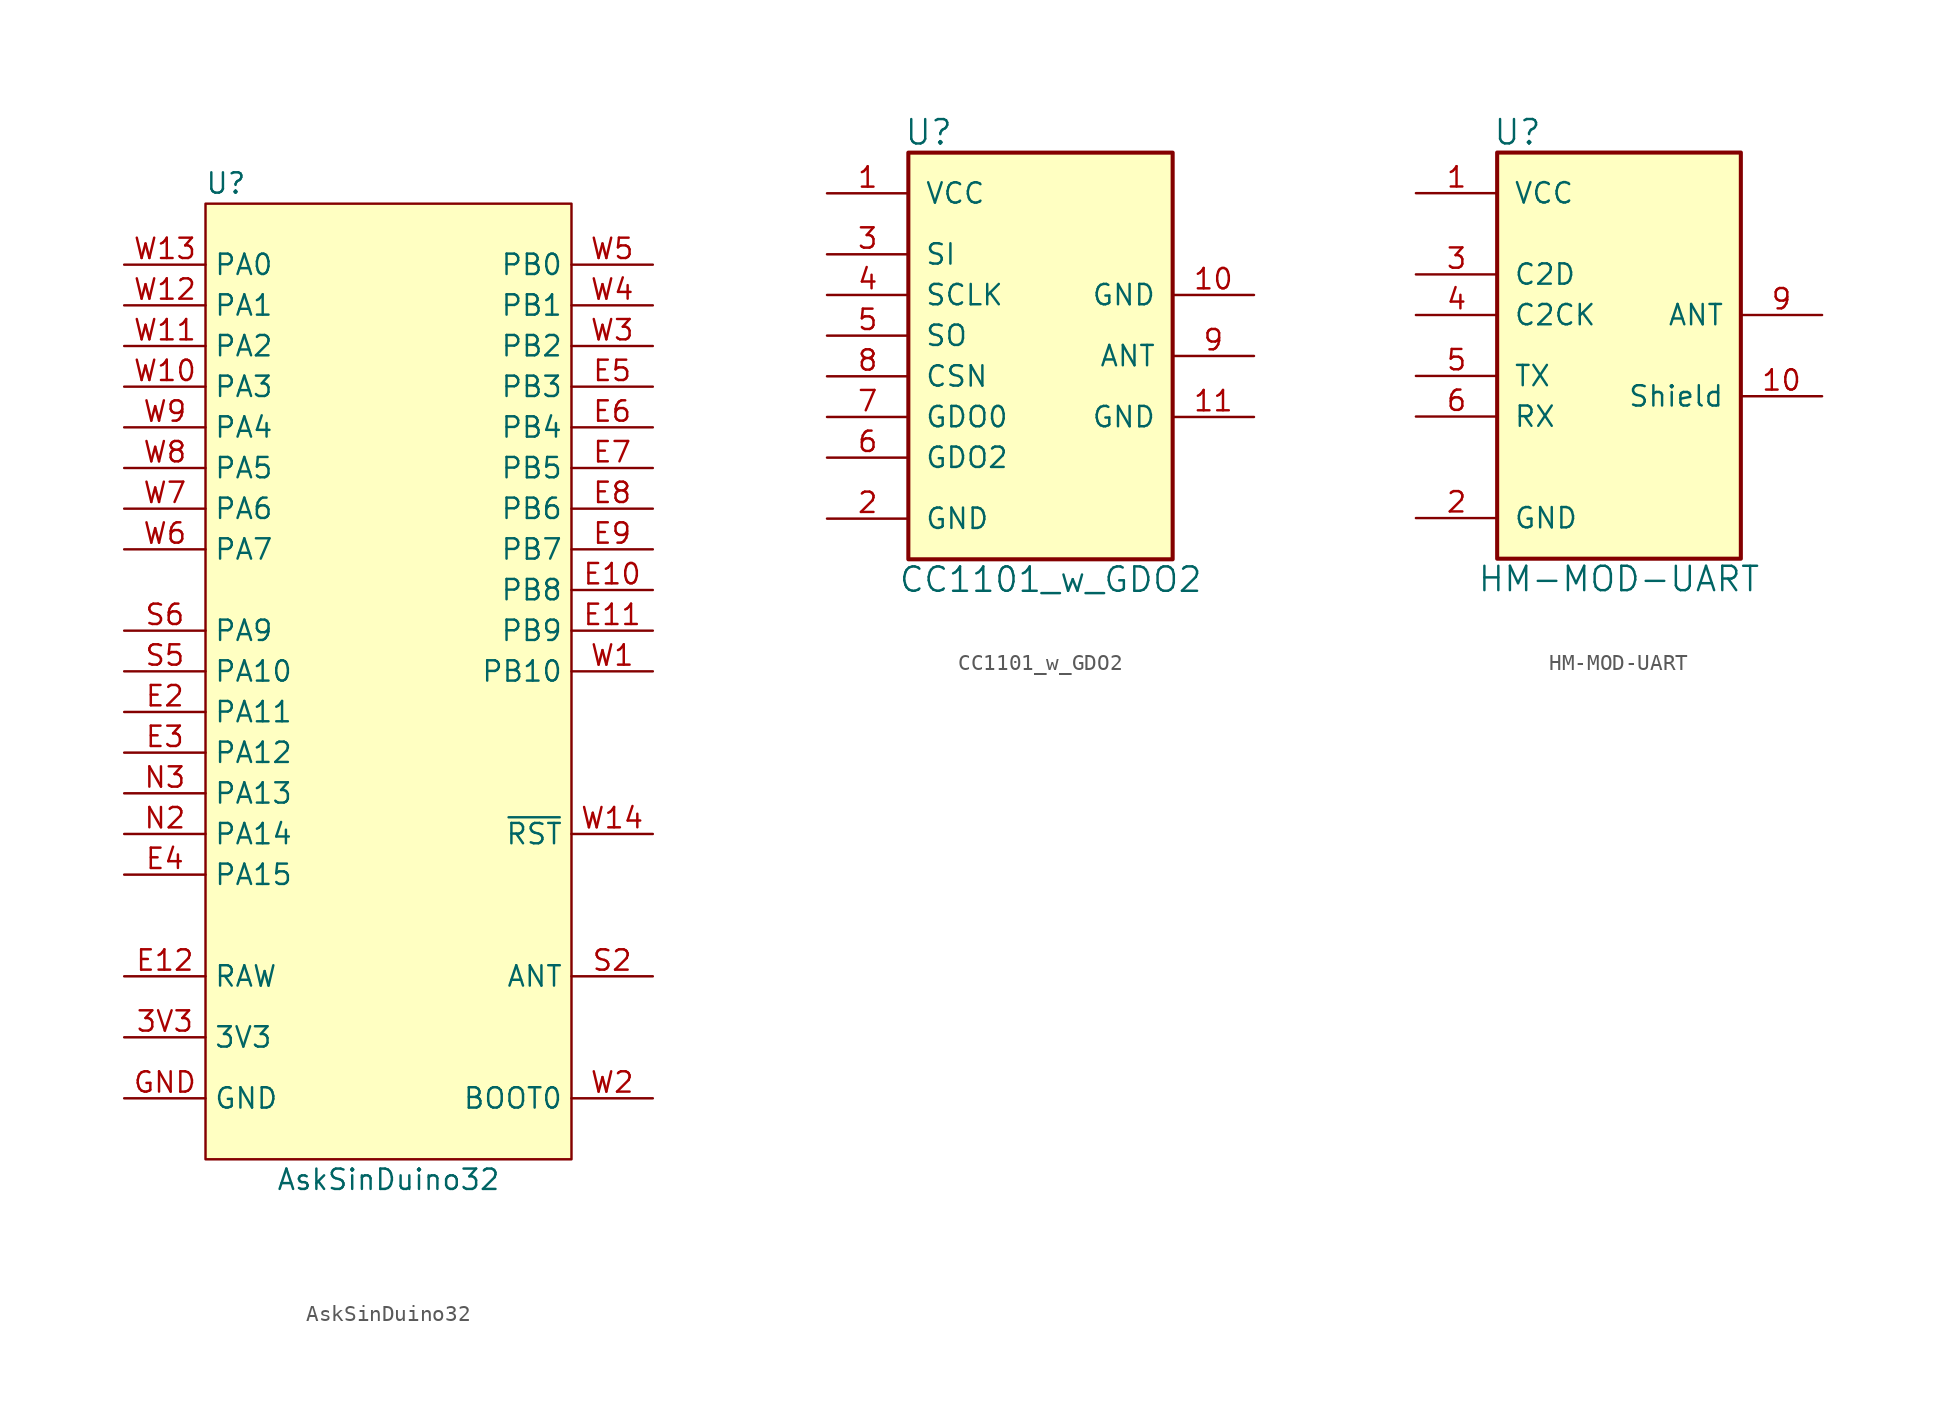
<source format=kicad_sym>
(kicad_symbol_lib
  (version 20220914)
  (generator kicad_symbol_editor)
  (symbol "AskSinDuino32"
    (property "Reference" "U"
      (at -10.16 30.48 0)
      (effects (font (size 1.27 1.27))))
    (property "Value" "AskSinDuino32"
      (at 0 -31.75 0)
      (effects (font (size 1.27 1.27))))
    (symbol "AskSinDuino32_1_0"
      (pin power_in line (at -16.51 -22.86 0) (length 5.08) (name "3V3" (effects (font (size 1.27 1.27)))) (number "3V3" (effects (font (size 1.27 1.27)))))
      (pin passive line (at 16.51 5.08 180) (length 5.08) (name "PB8" (effects (font (size 1.27 1.27)))) (number "E10" (effects (font (size 1.27 1.27)))))
      (pin passive line (at 16.51 2.54 180) (length 5.08) (name "PB9" (effects (font (size 1.27 1.27)))) (number "E11" (effects (font (size 1.27 1.27)))))
      (pin power_in line (at -16.51 -19.05 0) (length 5.08) (name "RAW" (effects (font (size 1.27 1.27)))) (number "E12" (effects (font (size 1.27 1.27)))))
      (pin passive line (at -16.51 -2.54 0) (length 5.08) (name "PA11" (effects (font (size 1.27 1.27)))) (number "E2" (effects (font (size 1.27 1.27)))))
      (pin passive line (at -16.51 -5.08 0) (length 5.08) (name "PA12" (effects (font (size 1.27 1.27)))) (number "E3" (effects (font (size 1.27 1.27)))))
      (pin passive line (at -16.51 -12.7 0) (length 5.08) (name "PA15" (effects (font (size 1.27 1.27)))) (number "E4" (effects (font (size 1.27 1.27)))))
      (pin passive line (at 16.51 17.78 180) (length 5.08) (name "PB3" (effects (font (size 1.27 1.27)))) (number "E5" (effects (font (size 1.27 1.27)))))
      (pin passive line (at 16.51 15.24 180) (length 5.08) (name "PB4" (effects (font (size 1.27 1.27)))) (number "E6" (effects (font (size 1.27 1.27)))))
      (pin passive line (at 16.51 12.7 180) (length 5.08) (name "PB5" (effects (font (size 1.27 1.27)))) (number "E7" (effects (font (size 1.27 1.27)))))
      (pin passive line (at 16.51 10.16 180) (length 5.08) (name "PB6" (effects (font (size 1.27 1.27)))) (number "E8" (effects (font (size 1.27 1.27)))))
      (pin passive line (at 16.51 7.62 180) (length 5.08) (name "PB7" (effects (font (size 1.27 1.27)))) (number "E9" (effects (font (size 1.27 1.27)))))
      (pin power_in line (at -16.51 -26.67 0) (length 5.08) (name "GND" (effects (font (size 1.27 1.27)))) (number "GND" (effects (font (size 1.27 1.27)))))
      (pin passive line (at -16.51 -10.16 0) (length 5.08) (name "PA14" (effects (font (size 1.27 1.27)))) (number "N2" (effects (font (size 1.27 1.27)))))
      (pin passive line (at -16.51 -7.62 0) (length 5.08) (name "PA13" (effects (font (size 1.27 1.27)))) (number "N3" (effects (font (size 1.27 1.27)))))
      (pin passive line (at 16.51 -19.05 180) (length 5.08) (name "ANT" (effects (font (size 1.27 1.27)))) (number "S2" (effects (font (size 1.27 1.27)))))
      (pin passive line (at -16.51 0 0) (length 5.08) (name "PA10" (effects (font (size 1.27 1.27)))) (number "S5" (effects (font (size 1.27 1.27)))))
      (pin passive line (at -16.51 2.54 0) (length 5.08) (name "PA9" (effects (font (size 1.27 1.27)))) (number "S6" (effects (font (size 1.27 1.27)))))
      (pin passive line (at 16.51 0 180) (length 5.08) (name "PB10" (effects (font (size 1.27 1.27)))) (number "W1" (effects (font (size 1.27 1.27)))))
      (pin passive line (at -16.51 17.78 0) (length 5.08) (name "PA3" (effects (font (size 1.27 1.27)))) (number "W10" (effects (font (size 1.27 1.27)))))
      (pin passive line (at -16.51 20.32 0) (length 5.08) (name "PA2" (effects (font (size 1.27 1.27)))) (number "W11" (effects (font (size 1.27 1.27)))))
      (pin passive line (at -16.51 22.86 0) (length 5.08) (name "PA1" (effects (font (size 1.27 1.27)))) (number "W12" (effects (font (size 1.27 1.27)))))
      (pin passive line (at -16.51 25.4 0) (length 5.08) (name "PA0" (effects (font (size 1.27 1.27)))) (number "W13" (effects (font (size 1.27 1.27)))))
      (pin passive line (at 16.51 -26.67 180) (length 5.08) (name "BOOT0" (effects (font (size 1.27 1.27)))) (number "W2" (effects (font (size 1.27 1.27)))))
      (pin passive line (at 16.51 20.32 180) (length 5.08) (name "PB2" (effects (font (size 1.27 1.27)))) (number "W3" (effects (font (size 1.27 1.27)))))
      (pin passive line (at 16.51 22.86 180) (length 5.08) (name "PB1" (effects (font (size 1.27 1.27)))) (number "W4" (effects (font (size 1.27 1.27)))))
      (pin passive line (at -16.51 7.62 0) (length 5.08) (name "PA7" (effects (font (size 1.27 1.27)))) (number "W6" (effects (font (size 1.27 1.27)))))
      (pin passive line (at -16.51 10.16 0) (length 5.08) (name "PA6" (effects (font (size 1.27 1.27)))) (number "W7" (effects (font (size 1.27 1.27)))))
      (pin passive line (at -16.51 12.7 0) (length 5.08) (name "PA5" (effects (font (size 1.27 1.27)))) (number "W8" (effects (font (size 1.27 1.27)))))
      (pin passive line (at -16.51 15.24 0) (length 5.08) (name "PA4" (effects (font (size 1.27 1.27)))) (number "W9" (effects (font (size 1.27 1.27))))))
    (symbol "AskSinDuino32_1_1"
      (rectangle (start -11.43 29.21) (end 11.43 -30.48) (stroke (width 0) (type default)) (fill (type background)))
      (pin passive line (at 16.51 -10.16 180) (length 5.08) (name "~{RST}" (effects (font (size 1.27 1.27)))) (number "W14" (effects (font (size 1.27 1.27)))))
      (pin passive line (at 16.51 25.4 180) (length 5.08) (name "PB0" (effects (font (size 1.27 1.27)))) (number "W5" (effects (font (size 1.27 1.27)))))))
  (symbol "CC1101_w_GDO2"
    (pin_names
      (offset 1.016))
    (property "Reference" "U"
      (at -6.35 13.97 0)
      (effects (font (size 1.524 1.524))))
    (property "Value" "CC1101_w_GDO2"
      (at 1.27 -13.97 0)
      (effects (font (size 1.524 1.524))))
    (symbol "CC1101_w_GDO2_0_1"
      (rectangle (start -7.62 12.7) (end 8.89 -12.7) (stroke (width 0.254) (type solid)) (fill (type background))))
    (symbol "CC1101_w_GDO2_1_1"
      (pin power_in line (at -12.7 10.16 0) (length 5.08) (name "VCC" (effects (font (size 1.27 1.27)))) (number "1" (effects (font (size 1.27 1.27)))))
      (pin input line (at 13.97 3.81 180) (length 5.08) (name "GND" (effects (font (size 1.27 1.27)))) (number "10" (effects (font (size 1.27 1.27)))))
      (pin input line (at 13.97 -3.81 180) (length 5.08) (name "GND" (effects (font (size 1.27 1.27)))) (number "11" (effects (font (size 1.27 1.27)))))
      (pin power_in line (at -12.7 -10.16 0) (length 5.08) (name "GND" (effects (font (size 1.27 1.27)))) (number "2" (effects (font (size 1.27 1.27)))))
      (pin passive line (at -12.7 6.35 0) (length 5.08) (name "SI" (effects (font (size 1.27 1.27)))) (number "3" (effects (font (size 1.27 1.27)))))
      (pin passive line (at -12.7 3.81 0) (length 5.08) (name "SCLK" (effects (font (size 1.27 1.27)))) (number "4" (effects (font (size 1.27 1.27)))))
      (pin passive line (at -12.7 1.27 0) (length 5.08) (name "SO" (effects (font (size 1.27 1.27)))) (number "5" (effects (font (size 1.27 1.27)))))
      (pin output line (at -12.7 -6.35 0) (length 5.08) (name "GDO2" (effects (font (size 1.27 1.27)))) (number "6" (effects (font (size 1.27 1.27)))))
      (pin output line (at -12.7 -3.81 0) (length 5.08) (name "GDO0" (effects (font (size 1.27 1.27)))) (number "7" (effects (font (size 1.27 1.27)))))
      (pin input line (at -12.7 -1.27 0) (length 5.08) (name "CSN" (effects (font (size 1.27 1.27)))) (number "8" (effects (font (size 1.27 1.27)))))
      (pin input line (at 13.97 0 180) (length 5.08) (name "ANT" (effects (font (size 1.27 1.27)))) (number "9" (effects (font (size 1.27 1.27)))))))
  (symbol "HM-MOD-UART"
    (pin_names
      (offset 1.016))
    (property "Reference" "U"
      (at -6.35 13.97 0)
      (effects (font (size 1.524 1.524))))
    (property "Value" "HM-MOD-UART"
      (at 0 -13.97 0)
      (effects (font (size 1.524 1.524))))
    (symbol "HM-MOD-UART_0_1"
      (rectangle (start -7.62 12.7) (end 7.62 -12.7) (stroke (width 0.254) (type solid)) (fill (type background))))
    (symbol "HM-MOD-UART_1_1"
      (pin power_in line (at -12.7 10.16 0) (length 5.08) (name "VCC" (effects (font (size 1.27 1.27)))) (number "1" (effects (font (size 1.27 1.27)))))
      (pin passive line (at 12.7 -2.54 180) (length 5.08) (name "Shield" (effects (font (size 1.27 1.27)))) (number "10" (effects (font (size 1.27 1.27)))))
      (pin power_in line (at -12.7 -10.16 0) (length 5.08) (name "GND" (effects (font (size 1.27 1.27)))) (number "2" (effects (font (size 1.27 1.27)))))
      (pin passive line (at -12.7 5.08 0) (length 5.08) (name "C2D" (effects (font (size 1.27 1.27)))) (number "3" (effects (font (size 1.27 1.27)))))
      (pin passive line (at -12.7 2.54 0) (length 5.08) (name "C2CK" (effects (font (size 1.27 1.27)))) (number "4" (effects (font (size 1.27 1.27)))))
      (pin output line (at -12.7 -1.27 0) (length 5.08) (name "TX" (effects (font (size 1.27 1.27)))) (number "5" (effects (font (size 1.27 1.27)))))
      (pin input line (at -12.7 -3.81 0) (length 5.08) (name "RX" (effects (font (size 1.27 1.27)))) (number "6" (effects (font (size 1.27 1.27)))))
      (pin input line (at 12.7 2.54 180) (length 5.08) (name "ANT" (effects (font (size 1.27 1.27)))) (number "9" (effects (font (size 1.27 1.27))))))))
</source>
